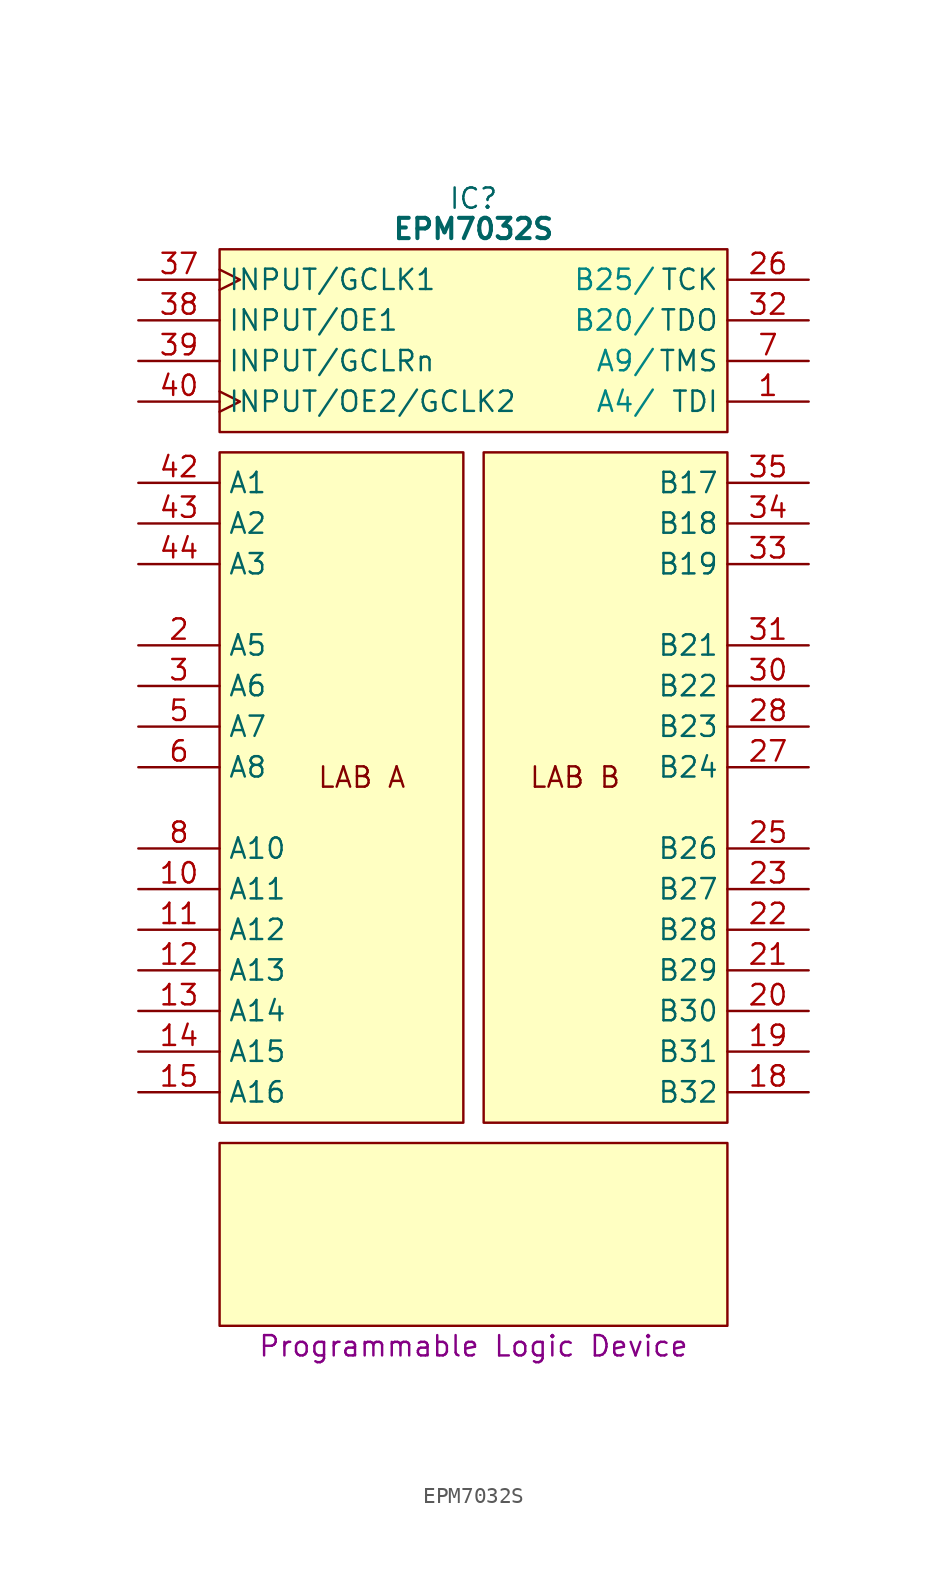
<source format=kicad_sym>
(kicad_symbol_lib
  (version 20231120)
  (generator "kicad_symbol_editor")
  (generator_version "8.0")
  (symbol "EPM7032S"
    (property "Reference" "IC"
      (at 20.955 5.08 0)
      (effects (font (size 1.27 1.27))))
    (property "Value" "EPM7032S"
      (at 20.955 3.175 0)
      (effects (font (size 1.27 1.27) (bold yes))))
    (property "Description" "Programmable Logic Device"
      (at 20.955 -66.675 0)
      (effects (font (size 1.27 1.27))))
    (symbol "EPM7032S_0_1"
      (polyline (pts (xy 5.08 -53.975) (xy 36.83 -53.975) (xy 36.83 -65.405) (xy 5.08 -65.405) (xy 5.08 -53.975)) (stroke (width 0.152) (type default)) (fill (type background)))
      (polyline (pts (xy 5.08 -10.795) (xy 20.32 -10.795) (xy 20.32 -52.705) (xy 5.08 -52.705) (xy 5.08 -10.795)) (stroke (width 0.152) (type default)) (fill (type background)))
      (polyline (pts (xy 5.08 1.905) (xy 36.83 1.905) (xy 36.83 -9.525) (xy 5.08 -9.525) (xy 5.08 1.905)) (stroke (width 0.152) (type default)) (fill (type background)))
      (polyline (pts (xy 21.59 -10.795) (xy 36.83 -10.795) (xy 36.83 -52.705) (xy 21.59 -52.705) (xy 21.59 -10.795)) (stroke (width 0.152) (type default)) (fill (type background))))
    (symbol "EPM7032S_1_0"
      (pin tri_state line (at 41.91 -7.62 180) (length 5.08) (name "TDI" (effects (font (size 1.27 1.27)))) (number "1" (effects (font (size 1.27 1.27)))))
      (pin tri_state line (at 0 -38.1 0) (length 5.08) (name "A11" (effects (font (size 1.27 1.27)))) (number "10" (effects (font (size 1.27 1.27)))))
      (pin tri_state line (at 0 -40.64 0) (length 5.08) (name "A12" (effects (font (size 1.27 1.27)))) (number "11" (effects (font (size 1.27 1.27)))))
      (pin tri_state line (at 0 -43.18 0) (length 5.08) (name "A13" (effects (font (size 1.27 1.27)))) (number "12" (effects (font (size 1.27 1.27)))))
      (pin tri_state line (at 0 -45.72 0) (length 5.08) (name "A14" (effects (font (size 1.27 1.27)))) (number "13" (effects (font (size 1.27 1.27)))))
      (pin tri_state line (at 0 -48.26 0) (length 5.08) (name "A15" (effects (font (size 1.27 1.27)))) (number "14" (effects (font (size 1.27 1.27)))))
      (pin tri_state line (at 0 -50.8 0) (length 5.08) (name "A16" (effects (font (size 1.27 1.27)))) (number "15" (effects (font (size 1.27 1.27)))))
      (pin passive line (at 41.91 -58.42 180) (length 5.08) hide (name "GND" (effects (font (size 1.27 1.27)))) (number "16" (effects (font (size 1.27 1.27)))))
      (pin passive line (at 0 -58.42 0) (length 5.08) hide (name "5V" (effects (font (size 1.27 1.27)))) (number "17" (effects (font (size 1.27 1.27)))))
      (pin tri_state line (at 41.91 -50.8 180) (length 5.08) (name "B32" (effects (font (size 1.27 1.27)))) (number "18" (effects (font (size 1.27 1.27)))))
      (pin tri_state line (at 41.91 -48.26 180) (length 5.08) (name "B31" (effects (font (size 1.27 1.27)))) (number "19" (effects (font (size 1.27 1.27)))))
      (pin tri_state line (at 0 -22.86 0) (length 5.08) (name "A5" (effects (font (size 1.27 1.27)))) (number "2" (effects (font (size 1.27 1.27)))))
      (pin tri_state line (at 41.91 -45.72 180) (length 5.08) (name "B30" (effects (font (size 1.27 1.27)))) (number "20" (effects (font (size 1.27 1.27)))))
      (pin tri_state line (at 41.91 -43.18 180) (length 5.08) (name "B29" (effects (font (size 1.27 1.27)))) (number "21" (effects (font (size 1.27 1.27)))))
      (pin tri_state line (at 41.91 -40.64 180) (length 5.08) (name "B28" (effects (font (size 1.27 1.27)))) (number "22" (effects (font (size 1.27 1.27)))))
      (pin tri_state line (at 41.91 -38.1 180) (length 5.08) (name "B27" (effects (font (size 1.27 1.27)))) (number "23" (effects (font (size 1.27 1.27)))))
      (pin passive line (at 41.91 -60.96 180) (length 5.08) hide (name "GND" (effects (font (size 1.27 1.27)))) (number "24" (effects (font (size 1.27 1.27)))))
      (pin tri_state line (at 41.91 -35.56 180) (length 5.08) (name "B26" (effects (font (size 1.27 1.27)))) (number "25" (effects (font (size 1.27 1.27)))))
      (pin tri_state line (at 41.91 0 180) (length 5.08) (name "TCK" (effects (font (size 1.27 1.27)))) (number "26" (effects (font (size 1.27 1.27)))))
      (pin tri_state line (at 41.91 -30.48 180) (length 5.08) (name "B24" (effects (font (size 1.27 1.27)))) (number "27" (effects (font (size 1.27 1.27)))))
      (pin tri_state line (at 41.91 -27.94 180) (length 5.08) (name "B23" (effects (font (size 1.27 1.27)))) (number "28" (effects (font (size 1.27 1.27)))))
      (pin passive line (at 0 -60.96 0) (length 5.08) hide (name "5V" (effects (font (size 1.27 1.27)))) (number "29" (effects (font (size 1.27 1.27)))))
      (pin tri_state line (at 0 -25.4 0) (length 5.08) (name "A6" (effects (font (size 1.27 1.27)))) (number "3" (effects (font (size 1.27 1.27)))))
      (pin tri_state line (at 41.91 -25.4 180) (length 5.08) (name "B22" (effects (font (size 1.27 1.27)))) (number "30" (effects (font (size 1.27 1.27)))))
      (pin tri_state line (at 41.91 -22.86 180) (length 5.08) (name "B21" (effects (font (size 1.27 1.27)))) (number "31" (effects (font (size 1.27 1.27)))))
      (pin tri_state line (at 41.91 -2.54 180) (length 5.08) (name "TDO" (effects (font (size 1.27 1.27)))) (number "32" (effects (font (size 1.27 1.27)))))
      (pin tri_state line (at 41.91 -17.78 180) (length 5.08) (name "B19" (effects (font (size 1.27 1.27)))) (number "33" (effects (font (size 1.27 1.27)))))
      (pin tri_state line (at 41.91 -15.24 180) (length 5.08) (name "B18" (effects (font (size 1.27 1.27)))) (number "34" (effects (font (size 1.27 1.27)))))
      (pin tri_state line (at 41.91 -12.7 180) (length 5.08) (name "B17" (effects (font (size 1.27 1.27)))) (number "35" (effects (font (size 1.27 1.27)))))
      (pin passive line (at 41.91 -63.5 180) (length 5.08) hide (name "GND" (effects (font (size 1.27 1.27)))) (number "36" (effects (font (size 1.27 1.27)))))
      (pin input clock (at 0 0 0) (length 5.08) (name "INPUT/GCLK1" (effects (font (size 1.27 1.27)))) (number "37" (effects (font (size 1.27 1.27)))))
      (pin input line (at 0 -2.54 0) (length 5.08) (name "INPUT/OE1" (effects (font (size 1.27 1.27)))) (number "38" (effects (font (size 1.27 1.27)))))
      (pin input line (at 0 -5.08 0) (length 5.08) (name "INPUT/GCLRn" (effects (font (size 1.27 1.27)))) (number "39" (effects (font (size 1.27 1.27)))))
      (pin passive line (at 41.91 -55.88 180) (length 5.08) hide (name "GND" (effects (font (size 1.27 1.27)))) (number "4" (effects (font (size 1.27 1.27)))))
      (pin input clock (at 0 -7.62 0) (length 5.08) (name "INPUT/OE2/GCLK2" (effects (font (size 1.27 1.27)))) (number "40" (effects (font (size 1.27 1.27)))))
      (pin passive line (at 0 -63.5 0) (length 5.08) hide (name "5V" (effects (font (size 1.27 1.27)))) (number "41" (effects (font (size 1.27 1.27)))))
      (pin tri_state line (at 0 -12.7 0) (length 5.08) (name "A1" (effects (font (size 1.27 1.27)))) (number "42" (effects (font (size 1.27 1.27)))))
      (pin tri_state line (at 0 -15.24 0) (length 5.08) (name "A2" (effects (font (size 1.27 1.27)))) (number "43" (effects (font (size 1.27 1.27)))))
      (pin tri_state line (at 0 -17.78 0) (length 5.08) (name "A3" (effects (font (size 1.27 1.27)))) (number "44" (effects (font (size 1.27 1.27)))))
      (pin tri_state line (at 0 -27.94 0) (length 5.08) (name "A7" (effects (font (size 1.27 1.27)))) (number "5" (effects (font (size 1.27 1.27)))))
      (pin tri_state line (at 0 -30.48 0) (length 5.08) (name "A8" (effects (font (size 1.27 1.27)))) (number "6" (effects (font (size 1.27 1.27)))))
      (pin tri_state line (at 41.91 -5.08 180) (length 5.08) (name "TMS" (effects (font (size 1.27 1.27)))) (number "7" (effects (font (size 1.27 1.27)))))
      (pin tri_state line (at 0 -35.56 0) (length 5.08) (name "A10" (effects (font (size 1.27 1.27)))) (number "8" (effects (font (size 1.27 1.27)))))
      (pin passive line (at 0 -55.88 0) (length 5.08) hide (name "5V" (effects (font (size 1.27 1.27)))) (number "9" (effects (font (size 1.27 1.27))))))
    (symbol "EPM7032S_1_1"
      (text "A4/" (at 32.385 -7.62 0) (effects (font (size 1.27 1.27) (color 0 132 132 1)) (justify right)))
      (text "A9/" (at 32.385 -5.08 0) (effects (font (size 1.27 1.27) (color 0 132 132 1)) (justify right)))
      (text "B20/" (at 32.385 -2.54 0) (effects (font (size 1.27 1.27) (color 0 132 132 1)) (justify right)))
      (text "B25/" (at 32.385 0 0) (effects (font (size 1.27 1.27) (color 0 132 132 1)) (justify right)))
      (text "LAB A" (at 13.97 -31.115 0) (effects (font (size 1.27 1.27))))
      (text "LAB B" (at 27.305 -31.115 0) (effects (font (size 1.27 1.27)))))))
</source>
